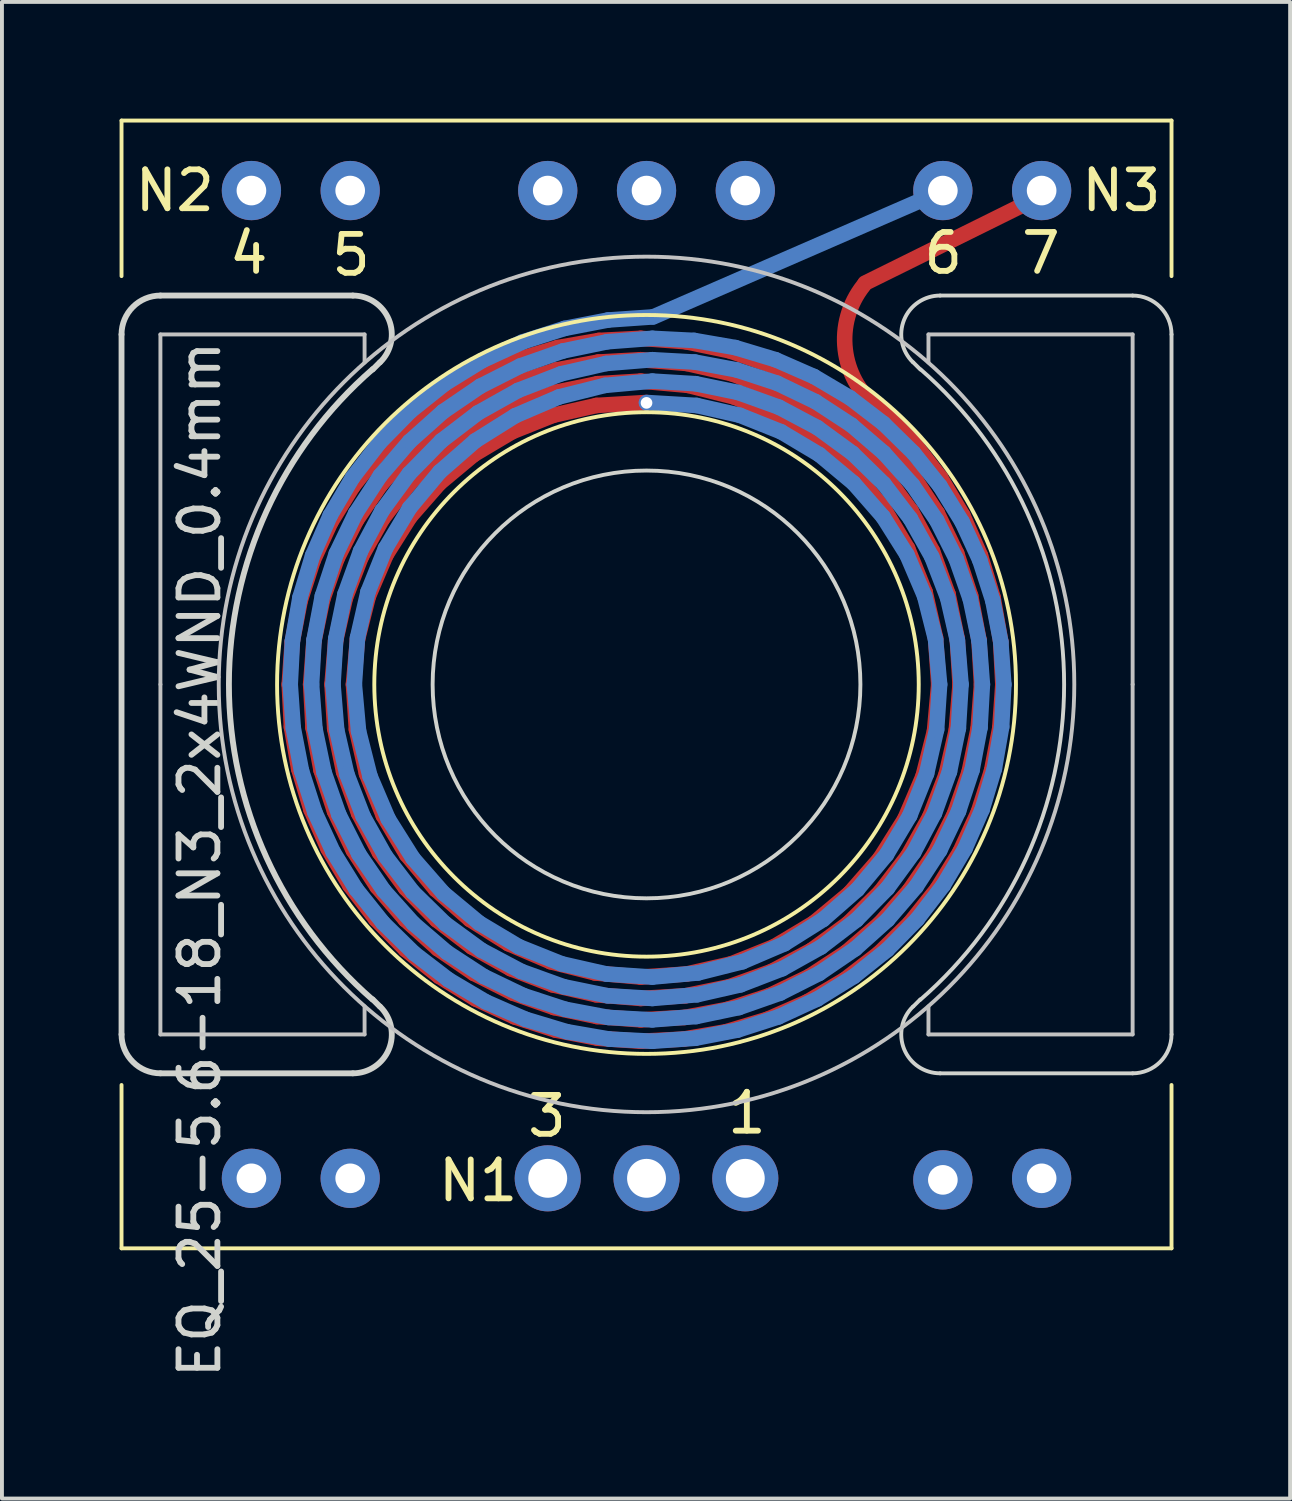
<source format=kicad_pcb>
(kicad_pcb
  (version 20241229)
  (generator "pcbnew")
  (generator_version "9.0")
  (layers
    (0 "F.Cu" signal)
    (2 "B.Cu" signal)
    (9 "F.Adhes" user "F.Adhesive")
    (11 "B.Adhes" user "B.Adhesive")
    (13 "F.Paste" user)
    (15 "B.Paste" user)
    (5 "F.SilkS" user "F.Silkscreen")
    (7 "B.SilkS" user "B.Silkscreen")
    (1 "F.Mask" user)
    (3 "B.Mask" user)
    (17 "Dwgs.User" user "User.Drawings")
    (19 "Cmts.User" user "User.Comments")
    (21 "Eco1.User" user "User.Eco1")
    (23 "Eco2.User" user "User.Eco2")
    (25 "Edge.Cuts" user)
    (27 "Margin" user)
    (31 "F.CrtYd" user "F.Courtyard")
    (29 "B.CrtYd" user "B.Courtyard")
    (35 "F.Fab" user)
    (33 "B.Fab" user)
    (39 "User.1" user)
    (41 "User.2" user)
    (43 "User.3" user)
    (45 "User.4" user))
  (footprint "EQ_25-5.6-18_N3_2x4WND_0.4mm"
    (layer "F.Cu")
    (at 13.575 14.55)
    (property "Reference" "EQ_25-5.6-18_N3_2x4WND_0.4mm" (at -11.49 4.5 90) (layer "Edge.Cuts") (effects (font (size 1 1) (thickness 0.15))))
    (attr through_hole)
    (fp_line (start -9.188 0) (end -9.132 1.091) (stroke (width 0.4) (type solid)) (layer "F.Cu"))
    (fp_line (start -9.132 1.091) (end -8.945 2.168) (stroke (width 0.4) (type solid)) (layer "F.Cu"))
    (fp_line (start -9.111 -1.088) (end -9.188 0) (stroke (width 0.4) (type solid)) (layer "F.Cu"))
    (fp_line (start -8.945 2.168) (end -8.63 3.216) (stroke (width 0.4) (type solid)) (layer "F.Cu"))
    (fp_line (start -8.904 -2.158) (end -9.111 -1.088) (stroke (width 0.4) (type solid)) (layer "F.Cu"))
    (fp_line (start -8.637 0) (end -8.576 1.109) (stroke (width 0.4) (type solid)) (layer "F.Cu"))
    (fp_line (start -8.63 3.216) (end -8.19 4.22) (stroke (width 0.4) (type solid)) (layer "F.Cu"))
    (fp_line (start -8.576 1.109) (end -8.37 2.203) (stroke (width 0.4) (type solid)) (layer "F.Cu"))
    (fp_line (start -8.571 -3.193) (end -8.904 -2.158) (stroke (width 0.4) (type solid)) (layer "F.Cu"))
    (fp_line (start -8.554 -1.106) (end -8.637 0) (stroke (width 0.4) (type solid)) (layer "F.Cu"))
    (fp_line (start -8.37 2.203) (end -8.023 3.261) (stroke (width 0.4) (type solid)) (layer "F.Cu"))
    (fp_line (start -8.326 -2.191) (end -8.554 -1.106) (stroke (width 0.4) (type solid)) (layer "F.Cu"))
    (fp_line (start -8.19 4.22) (end -7.631 5.164) (stroke (width 0.4) (type solid)) (layer "F.Cu"))
    (fp_line (start -8.115 -4.18) (end -8.571 -3.193) (stroke (width 0.4) (type solid)) (layer "F.Cu"))
    (fp_line (start -8.088 0) (end -8.019 1.131) (stroke (width 0.4) (type solid)) (layer "F.Cu"))
    (fp_line (start -8.023 3.261) (end -7.54 4.267) (stroke (width 0.4) (type solid)) (layer "F.Cu"))
    (fp_line (start -8.019 1.131) (end -7.79 2.243) (stroke (width 0.4) (type solid)) (layer "F.Cu"))
    (fp_line (start -7.994 -1.128) (end -8.088 0) (stroke (width 0.4) (type solid)) (layer "F.Cu"))
    (fp_line (start -7.96 -3.235) (end -8.326 -2.191) (stroke (width 0.4) (type solid)) (layer "F.Cu"))
    (fp_line (start -7.79 2.243) (end -7.404 3.313) (stroke (width 0.4) (type solid)) (layer "F.Cu"))
    (fp_line (start -7.742 -2.229) (end -7.994 -1.128) (stroke (width 0.4) (type solid)) (layer "F.Cu"))
    (fp_line (start -7.631 5.164) (end -6.962 6.035) (stroke (width 0.4) (type solid)) (layer "F.Cu"))
    (fp_line (start -7.544 -5.104) (end -8.115 -4.18) (stroke (width 0.4) (type solid)) (layer "F.Cu"))
    (fp_line (start -7.54 4.267) (end -6.929 5.202) (stroke (width 0.4) (type solid)) (layer "F.Cu"))
    (fp_line (start -7.537 0) (end -7.46 1.158) (stroke (width 0.4) (type solid)) (layer "F.Cu"))
    (fp_line (start -7.461 -4.221) (end -7.96 -3.235) (stroke (width 0.4) (type solid)) (layer "F.Cu"))
    (fp_line (start -7.46 1.158) (end -7.202 2.291) (stroke (width 0.4) (type solid)) (layer "F.Cu"))
    (fp_line (start -7.433 -1.154) (end -7.537 0) (stroke (width 0.4) (type solid)) (layer "F.Cu"))
    (fp_line (start -7.404 3.313) (end -6.87 4.318) (stroke (width 0.4) (type solid)) (layer "F.Cu"))
    (fp_line (start -7.336 -3.282) (end -7.742 -2.229) (stroke (width 0.4) (type solid)) (layer "F.Cu"))
    (fp_line (start -7.202 2.291) (end -6.769 3.373) (stroke (width 0.4) (type solid)) (layer "F.Cu"))
    (fp_line (start -7.15 -2.274) (end -7.433 -1.154) (stroke (width 0.4) (type solid)) (layer "F.Cu"))
    (fp_line (start -6.962 6.035) (end -6.192 6.82) (stroke (width 0.4) (type solid)) (layer "F.Cu"))
    (fp_line (start -6.929 5.202) (end -6.2 6.05) (stroke (width 0.4) (type solid)) (layer "F.Cu"))
    (fp_line (start -6.87 4.318) (end -6.196 5.239) (stroke (width 0.4) (type solid)) (layer "F.Cu"))
    (fp_line (start -6.867 -5.951) (end -7.544 -5.104) (stroke (width 0.4) (type solid)) (layer "F.Cu"))
    (fp_line (start -6.838 -5.132) (end -7.461 -4.221) (stroke (width 0.4) (type solid)) (layer "F.Cu"))
    (fp_line (start -6.785 -4.264) (end -7.336 -3.282) (stroke (width 0.4) (type solid)) (layer "F.Cu"))
    (fp_line (start -6.769 3.373) (end -6.171 4.375) (stroke (width 0.4) (type solid)) (layer "F.Cu"))
    (fp_line (start -6.696 -3.335) (end -7.15 -2.274) (stroke (width 0.4) (type solid)) (layer "F.Cu"))
    (fp_line (start -6.2 6.05) (end -5.366 6.797) (stroke (width 0.4) (type solid)) (layer "F.Cu"))
    (fp_line (start -6.196 5.239) (end -5.397 6.055) (stroke (width 0.4) (type solid)) (layer "F.Cu"))
    (fp_line (start -6.192 6.82) (end -5.332 7.507) (stroke (width 0.4) (type solid)) (layer "F.Cu"))
    (fp_line (start -6.171 4.375) (end -5.422 5.272) (stroke (width 0.4) (type solid)) (layer "F.Cu"))
    (fp_line (start -6.103 -5.953) (end -6.838 -5.132) (stroke (width 0.4) (type solid)) (layer "F.Cu"))
    (fp_line (start -6.102 -5.157) (end -6.785 -4.264) (stroke (width 0.4) (type solid)) (layer "F.Cu"))
    (fp_line (start -6.094 -6.709) (end -6.867 -5.951) (stroke (width 0.4) (type solid)) (layer "F.Cu"))
    (fp_line (start -6.082 -4.31) (end -6.696 -3.335) (stroke (width 0.4) (type solid)) (layer "F.Cu"))
    (fp_line (start -5.422 5.272) (end -4.541 6.043) (stroke (width 0.4) (type solid)) (layer "F.Cu"))
    (fp_line (start -5.397 6.055) (end -4.489 6.751) (stroke (width 0.4) (type solid)) (layer "F.Cu"))
    (fp_line (start -5.366 6.797) (end -4.44 7.43) (stroke (width 0.4) (type solid)) (layer "F.Cu"))
    (fp_line (start -5.332 7.507) (end -4.394 8.087) (stroke (width 0.4) (type solid)) (layer "F.Cu"))
    (fp_line (start -5.325 -5.175) (end -6.082 -4.31) (stroke (width 0.4) (type solid)) (layer "F.Cu"))
    (fp_line (start -5.299 -5.942) (end -6.102 -5.157) (stroke (width 0.4) (type solid)) (layer "F.Cu"))
    (fp_line (start -5.268 -6.67) (end -6.103 -5.953) (stroke (width 0.4) (type solid)) (layer "F.Cu"))
    (fp_line (start -5.236 -7.368) (end -6.094 -6.709) (stroke (width 0.4) (type solid)) (layer "F.Cu"))
    (fp_line (start -4.541 6.043) (end -3.548 6.668) (stroke (width 0.4) (type solid)) (layer "F.Cu"))
    (fp_line (start -4.489 6.751) (end -3.489 7.311) (stroke (width 0.4) (type solid)) (layer "F.Cu"))
    (fp_line (start -4.444 -5.91) (end -5.325 -5.175) (stroke (width 0.4) (type solid)) (layer "F.Cu"))
    (fp_line (start -4.44 7.43) (end -3.437 7.937) (stroke (width 0.4) (type solid)) (layer "F.Cu"))
    (fp_line (start -4.394 8.087) (end -3.392 8.549) (stroke (width 0.4) (type solid)) (layer "F.Cu"))
    (fp_line (start -4.394 -6.604) (end -5.299 -5.942) (stroke (width 0.4) (type solid)) (layer "F.Cu"))
    (fp_line (start -4.348 -7.271) (end -5.268 -6.67) (stroke (width 0.4) (type solid)) (layer "F.Cu"))
    (fp_line (start -4.306 -7.918) (end -5.236 -7.368) (stroke (width 0.4) (type solid)) (layer "F.Cu"))
    (fp_line (start -3.548 6.668) (end -2.467 7.131) (stroke (width 0.4) (type solid)) (layer "F.Cu"))
    (fp_line (start -3.489 7.311) (end -2.418 7.724) (stroke (width 0.4) (type solid)) (layer "F.Cu"))
    (fp_line (start -3.46 -6.497) (end -4.444 -5.91) (stroke (width 0.4) (type solid)) (layer "F.Cu"))
    (fp_line (start -3.437 7.937) (end -2.376 8.309) (stroke (width 0.4) (type solid)) (layer "F.Cu"))
    (fp_line (start -3.406 -7.129) (end -4.394 -6.604) (stroke (width 0.4) (type solid)) (layer "F.Cu"))
    (fp_line (start -3.392 8.549) (end -2.341 8.888) (stroke (width 0.4) (type solid)) (layer "F.Cu"))
    (fp_line (start -3.359 -7.746) (end -4.348 -7.271) (stroke (width 0.4) (type solid)) (layer "F.Cu"))
    (fp_line (start -3.317 -8.351) (end -4.306 -7.918) (stroke (width 0.4) (type solid)) (layer "F.Cu"))
    (fp_line (start -2.467 7.131) (end -1.325 7.419) (stroke (width 0.4) (type solid)) (layer "F.Cu"))
    (fp_line (start -2.418 7.724) (end -1.297 7.98) (stroke (width 0.4) (type solid)) (layer "F.Cu"))
    (fp_line (start -2.399 -6.921) (end -3.46 -6.497) (stroke (width 0.4) (type solid)) (layer "F.Cu"))
    (fp_line (start -2.376 8.309) (end -1.274 8.54) (stroke (width 0.4) (type solid)) (layer "F.Cu"))
    (fp_line (start -2.355 -7.508) (end -3.406 -7.129) (stroke (width 0.4) (type solid)) (layer "F.Cu"))
    (fp_line (start -2.341 8.888) (end -1.255 9.098) (stroke (width 0.4) (type solid)) (layer "F.Cu"))
    (fp_line (start -2.317 -8.088) (end -3.359 -7.746) (stroke (width 0.4) (type solid)) (layer "F.Cu"))
    (fp_line (start -2.285 -8.662) (end -3.317 -8.351) (stroke (width 0.4) (type solid)) (layer "F.Cu"))
    (fp_line (start -1.325 7.419) (end -0.15 7.525) (stroke (width 0.4) (type solid)) (layer "F.Cu"))
    (fp_line (start -1.297 7.98) (end -0.15 8.075) (stroke (width 0.4) (type solid)) (layer "F.Cu"))
    (fp_line (start -1.286 -7.174) (end -2.399 -6.921) (stroke (width 0.4) (type solid)) (layer "F.Cu"))
    (fp_line (start -1.274 8.54) (end -0.15 8.625) (stroke (width 0.4) (type solid)) (layer "F.Cu"))
    (fp_line (start -1.262 -7.733) (end -2.355 -7.508) (stroke (width 0.4) (type solid)) (layer "F.Cu"))
    (fp_line (start -1.255 9.098) (end -0.15 9.175) (stroke (width 0.4) (type solid)) (layer "F.Cu"))
    (fp_line (start -1.241 -8.29) (end -2.317 -8.088) (stroke (width 0.4) (type solid)) (layer "F.Cu"))
    (fp_line (start -1.224 -8.846) (end -2.285 -8.662) (stroke (width 0.4) (type solid)) (layer "F.Cu"))
    (fp_line (start -0.15 -8.9) (end -1.224 -8.846) (stroke (width 0.4) (type solid)) (layer "F.Cu"))
    (fp_line (start -0.15 -8.35) (end -1.241 -8.29) (stroke (width 0.4) (type solid)) (layer "F.Cu"))
    (fp_line (start -0.15 -7.8) (end -1.262 -7.733) (stroke (width 0.4) (type solid)) (layer "F.Cu"))
    (fp_line (start -0.15 7.525) (end 1.029 7.446) (stroke (width 0.4) (type solid)) (layer "F.Cu"))
    (fp_line (start -0.15 8.075) (end 1.001 8.005) (stroke (width 0.4) (type solid)) (layer "F.Cu"))
    (fp_line (start -0.15 8.625) (end 0.977 8.563) (stroke (width 0.4) (type solid)) (layer "F.Cu"))
    (fp_line (start -0.15 9.175) (end 0.957 9.119) (stroke (width 0.4) (type solid)) (layer "F.Cu"))
    (fp_line (start 0 -7.25) (end -1.286 -7.174) (stroke (width 0.4) (type solid)) (layer "F.Cu"))
    (fp_line (start 0.957 9.119) (end 2.051 8.929) (stroke (width 0.4) (type solid)) (layer "F.Cu"))
    (fp_line (start 0.977 8.563) (end 2.088 8.353) (stroke (width 0.4) (type solid)) (layer "F.Cu"))
    (fp_line (start 1.001 8.005) (end 2.132 7.772) (stroke (width 0.4) (type solid)) (layer "F.Cu"))
    (fp_line (start 1.01 -8.812) (end -0.15 -8.9) (stroke (width 0.4) (type solid)) (layer "F.Cu"))
    (fp_line (start 1.029 7.446) (end 2.184 7.183) (stroke (width 0.4) (type solid)) (layer "F.Cu"))
    (fp_line (start 1.037 -8.253) (end -0.15 -8.35) (stroke (width 0.4) (type solid)) (layer "F.Cu"))
    (fp_line (start 1.068 -7.69) (end -0.15 -7.8) (stroke (width 0.4) (type solid)) (layer "F.Cu"))
    (fp_line (start 2.051 8.929) (end 3.115 8.608) (stroke (width 0.4) (type solid)) (layer "F.Cu"))
    (fp_line (start 2.088 8.353) (end 3.164 8) (stroke (width 0.4) (type solid)) (layer "F.Cu"))
    (fp_line (start 2.132 7.772) (end 3.22 7.379) (stroke (width 0.4) (type solid)) (layer "F.Cu"))
    (fp_line (start 2.148 -8.575) (end 1.01 -8.812) (stroke (width 0.4) (type solid)) (layer "F.Cu"))
    (fp_line (start 2.184 7.183) (end 3.285 6.742) (stroke (width 0.4) (type solid)) (layer "F.Cu"))
    (fp_line (start 2.195 -7.988) (end 1.037 -8.253) (stroke (width 0.4) (type solid)) (layer "F.Cu"))
    (fp_line (start 2.252 -7.392) (end 1.068 -7.69) (stroke (width 0.4) (type solid)) (layer "F.Cu"))
    (fp_line (start 3.115 8.608) (end 4.133 8.162) (stroke (width 0.4) (type solid)) (layer "F.Cu"))
    (fp_line (start 3.164 8) (end 4.185 7.509) (stroke (width 0.4) (type solid)) (layer "F.Cu"))
    (fp_line (start 3.22 7.379) (end 4.243 6.835) (stroke (width 0.4) (type solid)) (layer "F.Cu"))
    (fp_line (start 3.243 -8.191) (end 2.148 -8.575) (stroke (width 0.4) (type solid)) (layer "F.Cu"))
    (fp_line (start 3.285 6.742) (end 4.305 6.132) (stroke (width 0.4) (type solid)) (layer "F.Cu"))
    (fp_line (start 3.303 -7.561) (end 2.195 -7.988) (stroke (width 0.4) (type solid)) (layer "F.Cu"))
    (fp_line (start 3.372 -6.913) (end 2.252 -7.392) (stroke (width 0.4) (type solid)) (layer "F.Cu"))
    (fp_line (start 4.133 8.162) (end 5.092 7.594) (stroke (width 0.4) (type solid)) (layer "F.Cu"))
    (fp_line (start 4.185 7.509) (end 5.135 6.888) (stroke (width 0.4) (type solid)) (layer "F.Cu"))
    (fp_line (start 4.243 6.835) (end 5.179 6.15) (stroke (width 0.4) (type solid)) (layer "F.Cu"))
    (fp_line (start 4.277 -7.668) (end 3.243 -8.191) (stroke (width 0.4) (type solid)) (layer "F.Cu"))
    (fp_line (start 4.305 6.132) (end 5.22 5.37) (stroke (width 0.4) (type solid)) (layer "F.Cu"))
    (fp_line (start 4.337 -6.982) (end 3.303 -7.561) (stroke (width 0.4) (type solid)) (layer "F.Cu"))
    (fp_line (start 4.402 -6.266) (end 3.372 -6.913) (stroke (width 0.4) (type solid)) (layer "F.Cu"))
    (fp_line (start 5.092 7.594) (end 5.976 6.915) (stroke (width 0.4) (type solid)) (layer "F.Cu"))
    (fp_line (start 5.135 6.888) (end 5.997 6.147) (stroke (width 0.4) (type solid)) (layer "F.Cu"))
    (fp_line (start 5.179 6.15) (end 6.009 5.337) (stroke (width 0.4) (type solid)) (layer "F.Cu"))
    (fp_line (start 5.22 5.37) (end 6.005 4.472) (stroke (width 0.4) (type solid)) (layer "F.Cu"))
    (fp_line (start 5.233 -7.015) (end 4.277 -7.668) (stroke (width 0.4) (type solid)) (layer "F.Cu"))
    (fp_line (start 5.277 -6.263) (end 4.337 -6.982) (stroke (width 0.4) (type solid)) (layer "F.Cu"))
    (fp_line (start 5.317 -5.467) (end 4.402 -6.266) (stroke (width 0.4) (type solid)) (layer "F.Cu"))
    (fp_line (start 5.62 -10.32) (end 9.58 -12.28) (stroke (width 0.4) (type solid)) (layer "F.Cu"))
    (fp_line (start 5.976 6.915) (end 6.773 6.133) (stroke (width 0.4) (type solid)) (layer "F.Cu"))
    (fp_line (start 5.997 6.147) (end 6.756 5.299) (stroke (width 0.4) (type solid)) (layer "F.Cu"))
    (fp_line (start 6.005 4.472) (end 6.641 3.46) (stroke (width 0.4) (type solid)) (layer "F.Cu"))
    (fp_line (start 6.009 5.337) (end 6.717 4.413) (stroke (width 0.4) (type solid)) (layer "F.Cu"))
    (fp_line (start 6.094 -4.536) (end 5.317 -5.467) (stroke (width 0.4) (type solid)) (layer "F.Cu"))
    (fp_line (start 6.095 -6.245) (end 5.233 -7.015) (stroke (width 0.4) (type solid)) (layer "F.Cu"))
    (fp_line (start 6.104 -5.419) (end 5.277 -6.263) (stroke (width 0.4) (type solid)) (layer "F.Cu"))
    (fp_line (start 6.641 3.46) (end 7.111 2.359) (stroke (width 0.4) (type solid)) (layer "F.Cu"))
    (fp_line (start 6.714 -3.497) (end 6.094 -4.536) (stroke (width 0.4) (type solid)) (layer "F.Cu"))
    (fp_line (start 6.717 4.413) (end 7.286 3.396) (stroke (width 0.4) (type solid)) (layer "F.Cu"))
    (fp_line (start 6.756 5.299) (end 7.399 4.358) (stroke (width 0.4) (type solid)) (layer "F.Cu"))
    (fp_line (start 6.773 6.133) (end 7.471 5.26) (stroke (width 0.4) (type solid)) (layer "F.Cu"))
    (fp_line (start 6.801 -4.467) (end 6.104 -5.419) (stroke (width 0.4) (type solid)) (layer "F.Cu"))
    (fp_line (start 6.847 -5.369) (end 6.095 -6.245) (stroke (width 0.4) (type solid)) (layer "F.Cu"))
    (fp_line (start 6.868 -6.217) (end 6.074 -7.026) (stroke (width 0.4) (type solid)) (layer "F.Cu"))
    (fp_line (start 7.111 2.359) (end 7.405 1.197) (stroke (width 0.4) (type solid)) (layer "F.Cu"))
    (fp_line (start 7.164 -2.376) (end 6.714 -3.497) (stroke (width 0.4) (type solid)) (layer "F.Cu"))
    (fp_line (start 7.286 3.396) (end 7.706 2.307) (stroke (width 0.4) (type solid)) (layer "F.Cu"))
    (fp_line (start 7.354 -3.427) (end 6.801 -4.467) (stroke (width 0.4) (type solid)) (layer "F.Cu"))
    (fp_line (start 7.399 4.358) (end 7.914 3.34) (stroke (width 0.4) (type solid)) (layer "F.Cu"))
    (fp_line (start 7.405 1.197) (end 7.513 0) (stroke (width 0.4) (type solid)) (layer "F.Cu"))
    (fp_line (start 7.432 -1.201) (end 7.164 -2.376) (stroke (width 0.4) (type solid)) (layer "F.Cu"))
    (fp_line (start 7.471 5.26) (end 8.058 4.308) (stroke (width 0.4) (type solid)) (layer "F.Cu"))
    (fp_line (start 7.478 -4.404) (end 6.847 -5.369) (stroke (width 0.4) (type solid)) (layer "F.Cu"))
    (fp_line (start 7.513 0) (end 7.432 -1.201) (stroke (width 0.4) (type solid)) (layer "F.Cu"))
    (fp_line (start 7.558 -5.32) (end 6.868 -6.217) (stroke (width 0.4) (type solid)) (layer "F.Cu"))
    (fp_line (start 7.706 2.307) (end 7.967 1.167) (stroke (width 0.4) (type solid)) (layer "F.Cu"))
    (fp_line (start 7.754 -2.321) (end 7.354 -3.427) (stroke (width 0.4) (type solid)) (layer "F.Cu"))
    (fp_line (start 7.914 3.34) (end 8.292 2.262) (stroke (width 0.4) (type solid)) (layer "F.Cu"))
    (fp_line (start 7.967 1.167) (end 8.062 0) (stroke (width 0.4) (type solid)) (layer "F.Cu"))
    (fp_line (start 7.977 -3.366) (end 7.478 -4.404) (stroke (width 0.4) (type solid)) (layer "F.Cu"))
    (fp_line (start 7.991 -1.171) (end 7.754 -2.321) (stroke (width 0.4) (type solid)) (layer "F.Cu"))
    (fp_line (start 8.058 4.308) (end 8.528 3.291) (stroke (width 0.4) (type solid)) (layer "F.Cu"))
    (fp_line (start 8.062 0) (end 7.991 -1.171) (stroke (width 0.4) (type solid)) (layer "F.Cu"))
    (fp_line (start 8.133 -4.347) (end 7.558 -5.32) (stroke (width 0.4) (type solid)) (layer "F.Cu"))
    (fp_line (start 8.292 2.262) (end 8.526 1.142) (stroke (width 0.4) (type solid)) (layer "F.Cu"))
    (fp_line (start 8.336 -2.274) (end 7.977 -3.366) (stroke (width 0.4) (type solid)) (layer "F.Cu"))
    (fp_line (start 8.526 1.142) (end 8.613 0) (stroke (width 0.4) (type solid)) (layer "F.Cu"))
    (fp_line (start 8.528 3.291) (end 8.871 2.224) (stroke (width 0.4) (type solid)) (layer "F.Cu"))
    (fp_line (start 8.549 -1.145) (end 8.336 -2.274) (stroke (width 0.4) (type solid)) (layer "F.Cu"))
    (fp_line (start 8.587 -3.314) (end 8.133 -4.347) (stroke (width 0.4) (type solid)) (layer "F.Cu"))
    (fp_line (start 8.613 0) (end 8.549 -1.145) (stroke (width 0.4) (type solid)) (layer "F.Cu"))
    (fp_line (start 8.871 2.224) (end 9.084 1.121) (stroke (width 0.4) (type solid)) (layer "F.Cu"))
    (fp_line (start 8.912 -2.234) (end 8.587 -3.314) (stroke (width 0.4) (type solid)) (layer "F.Cu"))
    (fp_line (start 9.084 1.121) (end 9.162 0) (stroke (width 0.4) (type solid)) (layer "F.Cu"))
    (fp_line (start 9.105 -1.124) (end 8.912 -2.234) (stroke (width 0.4) (type solid)) (layer "F.Cu"))
    (fp_line (start 9.162 0) (end 9.105 -1.124) (stroke (width 0.4) (type solid)) (layer "F.Cu"))
    (fp_arc (start 5.94 -7.12) (mid 5.109685 -8.615442) (end 5.58 -10.26) (stroke (width 0.4) (type solid)) (layer "F.Cu"))
    (fp_line (start -9.162 0) (end -9.105 -1.124) (stroke (width 0.4) (type solid)) (layer "B.Cu"))
    (fp_line (start -9.105 -1.124) (end -8.912 -2.234) (stroke (width 0.4) (type solid)) (layer "B.Cu"))
    (fp_line (start -9.084 1.121) (end -9.162 0) (stroke (width 0.4) (type solid)) (layer "B.Cu"))
    (fp_line (start -8.912 -2.234) (end -8.587 -3.314) (stroke (width 0.4) (type solid)) (layer "B.Cu"))
    (fp_line (start -8.871 2.224) (end -9.084 1.121) (stroke (width 0.4) (type solid)) (layer "B.Cu"))
    (fp_line (start -8.613 0) (end -8.549 -1.145) (stroke (width 0.4) (type solid)) (layer "B.Cu"))
    (fp_line (start -8.587 -3.314) (end -8.133 -4.347) (stroke (width 0.4) (type solid)) (layer "B.Cu"))
    (fp_line (start -8.549 -1.145) (end -8.336 -2.274) (stroke (width 0.4) (type solid)) (layer "B.Cu"))
    (fp_line (start -8.528 3.291) (end -8.871 2.224) (stroke (width 0.4) (type solid)) (layer "B.Cu"))
    (fp_line (start -8.526 1.142) (end -8.613 0) (stroke (width 0.4) (type solid)) (layer "B.Cu"))
    (fp_line (start -8.336 -2.274) (end -7.977 -3.366) (stroke (width 0.4) (type solid)) (layer "B.Cu"))
    (fp_line (start -8.292 2.262) (end -8.526 1.142) (stroke (width 0.4) (type solid)) (layer "B.Cu"))
    (fp_line (start -8.133 -4.347) (end -7.558 -5.32) (stroke (width 0.4) (type solid)) (layer "B.Cu"))
    (fp_line (start -8.062 0) (end -7.991 -1.171) (stroke (width 0.4) (type solid)) (layer "B.Cu"))
    (fp_line (start -8.058 4.308) (end -8.528 3.291) (stroke (width 0.4) (type solid)) (layer "B.Cu"))
    (fp_line (start -7.991 -1.171) (end -7.754 -2.321) (stroke (width 0.4) (type solid)) (layer "B.Cu"))
    (fp_line (start -7.977 -3.366) (end -7.478 -4.404) (stroke (width 0.4) (type solid)) (layer "B.Cu"))
    (fp_line (start -7.967 1.167) (end -8.062 0) (stroke (width 0.4) (type solid)) (layer "B.Cu"))
    (fp_line (start -7.914 3.34) (end -8.292 2.262) (stroke (width 0.4) (type solid)) (layer "B.Cu"))
    (fp_line (start -7.754 -2.321) (end -7.354 -3.427) (stroke (width 0.4) (type solid)) (layer "B.Cu"))
    (fp_line (start -7.706 2.307) (end -7.967 1.167) (stroke (width 0.4) (type solid)) (layer "B.Cu"))
    (fp_line (start -7.558 -5.32) (end -6.868 -6.217) (stroke (width 0.4) (type solid)) (layer "B.Cu"))
    (fp_line (start -7.513 0) (end -7.432 -1.201) (stroke (width 0.4) (type solid)) (layer "B.Cu"))
    (fp_line (start -7.478 -4.404) (end -6.847 -5.369) (stroke (width 0.4) (type solid)) (layer "B.Cu"))
    (fp_line (start -7.471 5.26) (end -8.058 4.308) (stroke (width 0.4) (type solid)) (layer "B.Cu"))
    (fp_line (start -7.432 -1.201) (end -7.164 -2.376) (stroke (width 0.4) (type solid)) (layer "B.Cu"))
    (fp_line (start -7.405 1.197) (end -7.513 0) (stroke (width 0.4) (type solid)) (layer "B.Cu"))
    (fp_line (start -7.399 4.358) (end -7.914 3.34) (stroke (width 0.4) (type solid)) (layer "B.Cu"))
    (fp_line (start -7.354 -3.427) (end -6.801 -4.467) (stroke (width 0.4) (type solid)) (layer "B.Cu"))
    (fp_line (start -7.286 3.396) (end -7.706 2.307) (stroke (width 0.4) (type solid)) (layer "B.Cu"))
    (fp_line (start -7.164 -2.376) (end -6.714 -3.497) (stroke (width 0.4) (type solid)) (layer "B.Cu"))
    (fp_line (start -7.111 2.359) (end -7.405 1.197) (stroke (width 0.4) (type solid)) (layer "B.Cu"))
    (fp_line (start -6.868 -6.217) (end -6.074 -7.026) (stroke (width 0.4) (type solid)) (layer "B.Cu"))
    (fp_line (start -6.847 -5.369) (end -6.095 -6.245) (stroke (width 0.4) (type solid)) (layer "B.Cu"))
    (fp_line (start -6.801 -4.467) (end -6.104 -5.419) (stroke (width 0.4) (type solid)) (layer "B.Cu"))
    (fp_line (start -6.773 6.133) (end -7.471 5.26) (stroke (width 0.4) (type solid)) (layer "B.Cu"))
    (fp_line (start -6.756 5.299) (end -7.399 4.358) (stroke (width 0.4) (type solid)) (layer "B.Cu"))
    (fp_line (start -6.717 4.413) (end -7.286 3.396) (stroke (width 0.4) (type solid)) (layer "B.Cu"))
    (fp_line (start -6.714 -3.497) (end -6.094 -4.536) (stroke (width 0.4) (type solid)) (layer "B.Cu"))
    (fp_line (start -6.641 3.46) (end -7.111 2.359) (stroke (width 0.4) (type solid)) (layer "B.Cu"))
    (fp_line (start -6.104 -5.419) (end -5.277 -6.263) (stroke (width 0.4) (type solid)) (layer "B.Cu"))
    (fp_line (start -6.095 -6.245) (end -5.233 -7.015) (stroke (width 0.4) (type solid)) (layer "B.Cu"))
    (fp_line (start -6.094 -4.536) (end -5.317 -5.467) (stroke (width 0.4) (type solid)) (layer "B.Cu"))
    (fp_line (start -6.074 -7.026) (end -5.188 -7.734) (stroke (width 0.4) (type solid)) (layer "B.Cu"))
    (fp_line (start -6.009 5.337) (end -6.717 4.413) (stroke (width 0.4) (type solid)) (layer "B.Cu"))
    (fp_line (start -6.005 4.472) (end -6.641 3.46) (stroke (width 0.4) (type solid)) (layer "B.Cu"))
    (fp_line (start -5.997 6.147) (end -6.756 5.299) (stroke (width 0.4) (type solid)) (layer "B.Cu"))
    (fp_line (start -5.976 6.915) (end -6.773 6.133) (stroke (width 0.4) (type solid)) (layer "B.Cu"))
    (fp_line (start -5.317 -5.467) (end -4.402 -6.266) (stroke (width 0.4) (type solid)) (layer "B.Cu"))
    (fp_line (start -5.277 -6.263) (end -4.337 -6.982) (stroke (width 0.4) (type solid)) (layer "B.Cu"))
    (fp_line (start -5.233 -7.015) (end -4.277 -7.668) (stroke (width 0.4) (type solid)) (layer "B.Cu"))
    (fp_line (start -5.22 5.37) (end -6.005 4.472) (stroke (width 0.4) (type solid)) (layer "B.Cu"))
    (fp_line (start -5.188 -7.734) (end -4.222 -8.33) (stroke (width 0.4) (type solid)) (layer "B.Cu"))
    (fp_line (start -5.179 6.15) (end -6.009 5.337) (stroke (width 0.4) (type solid)) (layer "B.Cu"))
    (fp_line (start -5.135 6.888) (end -5.997 6.147) (stroke (width 0.4) (type solid)) (layer "B.Cu"))
    (fp_line (start -5.092 7.594) (end -5.976 6.915) (stroke (width 0.4) (type solid)) (layer "B.Cu"))
    (fp_line (start -4.402 -6.266) (end -3.372 -6.913) (stroke (width 0.4) (type solid)) (layer "B.Cu"))
    (fp_line (start -4.337 -6.982) (end -3.303 -7.561) (stroke (width 0.4) (type solid)) (layer "B.Cu"))
    (fp_line (start -4.305 6.132) (end -5.22 5.37) (stroke (width 0.4) (type solid)) (layer "B.Cu"))
    (fp_line (start -4.277 -7.668) (end -3.243 -8.191) (stroke (width 0.4) (type solid)) (layer "B.Cu"))
    (fp_line (start -4.243 6.835) (end -5.179 6.15) (stroke (width 0.4) (type solid)) (layer "B.Cu"))
    (fp_line (start -4.222 -8.33) (end -3.19 -8.806) (stroke (width 0.4) (type solid)) (layer "B.Cu"))
    (fp_line (start -4.185 7.509) (end -5.135 6.888) (stroke (width 0.4) (type solid)) (layer "B.Cu"))
    (fp_line (start -4.133 8.162) (end -5.092 7.594) (stroke (width 0.4) (type solid)) (layer "B.Cu"))
    (fp_line (start -3.372 -6.913) (end -2.252 -7.392) (stroke (width 0.4) (type solid)) (layer "B.Cu"))
    (fp_line (start -3.303 -7.561) (end -2.195 -7.988) (stroke (width 0.4) (type solid)) (layer "B.Cu"))
    (fp_line (start -3.285 6.742) (end -4.305 6.132) (stroke (width 0.4) (type solid)) (layer "B.Cu"))
    (fp_line (start -3.243 -8.191) (end -2.148 -8.575) (stroke (width 0.4) (type solid)) (layer "B.Cu"))
    (fp_line (start -3.22 7.379) (end -4.243 6.835) (stroke (width 0.4) (type solid)) (layer "B.Cu"))
    (fp_line (start -3.19 -8.806) (end -2.106 -9.155) (stroke (width 0.4) (type solid)) (layer "B.Cu"))
    (fp_line (start -3.164 8) (end -4.185 7.509) (stroke (width 0.4) (type solid)) (layer "B.Cu"))
    (fp_line (start -3.115 8.608) (end -4.133 8.162) (stroke (width 0.4) (type solid)) (layer "B.Cu"))
    (fp_line (start -2.252 -7.392) (end -1.068 -7.69) (stroke (width 0.4) (type solid)) (layer "B.Cu"))
    (fp_line (start -2.195 -7.988) (end -1.037 -8.253) (stroke (width 0.4) (type solid)) (layer "B.Cu"))
    (fp_line (start -2.184 7.183) (end -3.285 6.742) (stroke (width 0.4) (type solid)) (layer "B.Cu"))
    (fp_line (start -2.148 -8.575) (end -1.01 -8.812) (stroke (width 0.4) (type solid)) (layer "B.Cu"))
    (fp_line (start -2.132 7.772) (end -3.22 7.379) (stroke (width 0.4) (type solid)) (layer "B.Cu"))
    (fp_line (start -2.106 -9.155) (end -0.988 -9.371) (stroke (width 0.4) (type solid)) (layer "B.Cu"))
    (fp_line (start -2.088 8.353) (end -3.164 8) (stroke (width 0.4) (type solid)) (layer "B.Cu"))
    (fp_line (start -2.051 8.929) (end -3.115 8.608) (stroke (width 0.4) (type solid)) (layer "B.Cu"))
    (fp_line (start -1.068 -7.69) (end 0.15 -7.8) (stroke (width 0.4) (type solid)) (layer "B.Cu"))
    (fp_line (start -1.037 -8.253) (end 0.15 -8.35) (stroke (width 0.4) (type solid)) (layer "B.Cu"))
    (fp_line (start -1.029 7.446) (end -2.184 7.183) (stroke (width 0.4) (type solid)) (layer "B.Cu"))
    (fp_line (start -1.01 -8.812) (end 0.15 -8.9) (stroke (width 0.4) (type solid)) (layer "B.Cu"))
    (fp_line (start -1.001 8.005) (end -2.132 7.772) (stroke (width 0.4) (type solid)) (layer "B.Cu"))
    (fp_line (start -0.988 -9.371) (end 0.15 -9.45) (stroke (width 0.4) (type solid)) (layer "B.Cu"))
    (fp_line (start -0.977 8.563) (end -2.088 8.353) (stroke (width 0.4) (type solid)) (layer "B.Cu"))
    (fp_line (start -0.957 9.119) (end -2.051 8.929) (stroke (width 0.4) (type solid)) (layer "B.Cu"))
    (fp_line (start 0 -7.25) (end 1.286 -7.174) (stroke (width 0.4) (type solid)) (layer "B.Cu"))
    (fp_line (start 0.15 -8.9) (end 1.224 -8.846) (stroke (width 0.4) (type solid)) (layer "B.Cu"))
    (fp_line (start 0.15 -8.35) (end 1.241 -8.29) (stroke (width 0.4) (type solid)) (layer "B.Cu"))
    (fp_line (start 0.15 -7.8) (end 1.262 -7.733) (stroke (width 0.4) (type solid)) (layer "B.Cu"))
    (fp_line (start 0.15 7.525) (end -1.029 7.446) (stroke (width 0.4) (type solid)) (layer "B.Cu"))
    (fp_line (start 0.15 8.075) (end -1.001 8.005) (stroke (width 0.4) (type solid)) (layer "B.Cu"))
    (fp_line (start 0.15 8.625) (end -0.977 8.563) (stroke (width 0.4) (type solid)) (layer "B.Cu"))
    (fp_line (start 0.15 9.175) (end -0.957 9.119) (stroke (width 0.4) (type solid)) (layer "B.Cu"))
    (fp_line (start 0.17 -9.45) (end 6.97 -12.41) (stroke (width 0.4) (type solid)) (layer "B.Cu"))
    (fp_line (start 1.224 -8.846) (end 2.285 -8.662) (stroke (width 0.4) (type solid)) (layer "B.Cu"))
    (fp_line (start 1.241 -8.29) (end 2.317 -8.088) (stroke (width 0.4) (type solid)) (layer "B.Cu"))
    (fp_line (start 1.255 9.098) (end 0.15 9.175) (stroke (width 0.4) (type solid)) (layer "B.Cu"))
    (fp_line (start 1.262 -7.733) (end 2.355 -7.508) (stroke (width 0.4) (type solid)) (layer "B.Cu"))
    (fp_line (start 1.274 8.54) (end 0.15 8.625) (stroke (width 0.4) (type solid)) (layer "B.Cu"))
    (fp_line (start 1.286 -7.174) (end 2.399 -6.921) (stroke (width 0.4) (type solid)) (layer "B.Cu"))
    (fp_line (start 1.297 7.98) (end 0.15 8.075) (stroke (width 0.4) (type solid)) (layer "B.Cu"))
    (fp_line (start 1.325 7.419) (end 0.15 7.525) (stroke (width 0.4) (type solid)) (layer "B.Cu"))
    (fp_line (start 2.285 -8.662) (end 3.317 -8.351) (stroke (width 0.4) (type solid)) (layer "B.Cu"))
    (fp_line (start 2.317 -8.088) (end 3.359 -7.746) (stroke (width 0.4) (type solid)) (layer "B.Cu"))
    (fp_line (start 2.341 8.888) (end 1.255 9.098) (stroke (width 0.4) (type solid)) (layer "B.Cu"))
    (fp_line (start 2.355 -7.508) (end 3.406 -7.129) (stroke (width 0.4) (type solid)) (layer "B.Cu"))
    (fp_line (start 2.376 8.309) (end 1.274 8.54) (stroke (width 0.4) (type solid)) (layer "B.Cu"))
    (fp_line (start 2.399 -6.921) (end 3.46 -6.497) (stroke (width 0.4) (type solid)) (layer "B.Cu"))
    (fp_line (start 2.418 7.724) (end 1.297 7.98) (stroke (width 0.4) (type solid)) (layer "B.Cu"))
    (fp_line (start 2.467 7.131) (end 1.325 7.419) (stroke (width 0.4) (type solid)) (layer "B.Cu"))
    (fp_line (start 3.317 -8.351) (end 4.306 -7.918) (stroke (width 0.4) (type solid)) (layer "B.Cu"))
    (fp_line (start 3.359 -7.746) (end 4.348 -7.271) (stroke (width 0.4) (type solid)) (layer "B.Cu"))
    (fp_line (start 3.392 8.549) (end 2.341 8.888) (stroke (width 0.4) (type solid)) (layer "B.Cu"))
    (fp_line (start 3.406 -7.129) (end 4.394 -6.604) (stroke (width 0.4) (type solid)) (layer "B.Cu"))
    (fp_line (start 3.437 7.937) (end 2.376 8.309) (stroke (width 0.4) (type solid)) (layer "B.Cu"))
    (fp_line (start 3.46 -6.497) (end 4.444 -5.91) (stroke (width 0.4) (type solid)) (layer "B.Cu"))
    (fp_line (start 3.489 7.311) (end 2.418 7.724) (stroke (width 0.4) (type solid)) (layer "B.Cu"))
    (fp_line (start 3.548 6.668) (end 2.467 7.131) (stroke (width 0.4) (type solid)) (layer "B.Cu"))
    (fp_line (start 4.306 -7.918) (end 5.236 -7.368) (stroke (width 0.4) (type solid)) (layer "B.Cu"))
    (fp_line (start 4.348 -7.271) (end 5.268 -6.67) (stroke (width 0.4) (type solid)) (layer "B.Cu"))
    (fp_line (start 4.394 -6.604) (end 5.299 -5.942) (stroke (width 0.4) (type solid)) (layer "B.Cu"))
    (fp_line (start 4.394 8.087) (end 3.392 8.549) (stroke (width 0.4) (type solid)) (layer "B.Cu"))
    (fp_line (start 4.44 7.43) (end 3.437 7.937) (stroke (width 0.4) (type solid)) (layer "B.Cu"))
    (fp_line (start 4.444 -5.91) (end 5.325 -5.175) (stroke (width 0.4) (type solid)) (layer "B.Cu"))
    (fp_line (start 4.489 6.751) (end 3.489 7.311) (stroke (width 0.4) (type solid)) (layer "B.Cu"))
    (fp_line (start 4.541 6.043) (end 3.548 6.668) (stroke (width 0.4) (type solid)) (layer "B.Cu"))
    (fp_line (start 5.236 -7.368) (end 6.094 -6.709) (stroke (width 0.4) (type solid)) (layer "B.Cu"))
    (fp_line (start 5.268 -6.67) (end 6.103 -5.953) (stroke (width 0.4) (type solid)) (layer "B.Cu"))
    (fp_line (start 5.299 -5.942) (end 6.102 -5.157) (stroke (width 0.4) (type solid)) (layer "B.Cu"))
    (fp_line (start 5.325 -5.175) (end 6.082 -4.31) (stroke (width 0.4) (type solid)) (layer "B.Cu"))
    (fp_line (start 5.332 7.507) (end 4.394 8.087) (stroke (width 0.4) (type solid)) (layer "B.Cu"))
    (fp_line (start 5.366 6.797) (end 4.44 7.43) (stroke (width 0.4) (type solid)) (layer "B.Cu"))
    (fp_line (start 5.397 6.055) (end 4.489 6.751) (stroke (width 0.4) (type solid)) (layer "B.Cu"))
    (fp_line (start 5.422 5.272) (end 4.541 6.043) (stroke (width 0.4) (type solid)) (layer "B.Cu"))
    (fp_line (start 6.082 -4.31) (end 6.696 -3.335) (stroke (width 0.4) (type solid)) (layer "B.Cu"))
    (fp_line (start 6.094 -6.709) (end 6.867 -5.951) (stroke (width 0.4) (type solid)) (layer "B.Cu"))
    (fp_line (start 6.102 -5.157) (end 6.785 -4.264) (stroke (width 0.4) (type solid)) (layer "B.Cu"))
    (fp_line (start 6.103 -5.953) (end 6.838 -5.132) (stroke (width 0.4) (type solid)) (layer "B.Cu"))
    (fp_line (start 6.171 4.375) (end 5.422 5.272) (stroke (width 0.4) (type solid)) (layer "B.Cu"))
    (fp_line (start 6.192 6.82) (end 5.332 7.507) (stroke (width 0.4) (type solid)) (layer "B.Cu"))
    (fp_line (start 6.196 5.239) (end 5.397 6.055) (stroke (width 0.4) (type solid)) (layer "B.Cu"))
    (fp_line (start 6.2 6.05) (end 5.366 6.797) (stroke (width 0.4) (type solid)) (layer "B.Cu"))
    (fp_line (start 6.696 -3.335) (end 7.15 -2.274) (stroke (width 0.4) (type solid)) (layer "B.Cu"))
    (fp_line (start 6.769 3.373) (end 6.171 4.375) (stroke (width 0.4) (type solid)) (layer "B.Cu"))
    (fp_line (start 6.785 -4.264) (end 7.336 -3.282) (stroke (width 0.4) (type solid)) (layer "B.Cu"))
    (fp_line (start 6.838 -5.132) (end 7.461 -4.221) (stroke (width 0.4) (type solid)) (layer "B.Cu"))
    (fp_line (start 6.867 -5.951) (end 7.544 -5.104) (stroke (width 0.4) (type solid)) (layer "B.Cu"))
    (fp_line (start 6.87 4.318) (end 6.196 5.239) (stroke (width 0.4) (type solid)) (layer "B.Cu"))
    (fp_line (start 6.929 5.202) (end 6.2 6.05) (stroke (width 0.4) (type solid)) (layer "B.Cu"))
    (fp_line (start 6.962 6.035) (end 6.192 6.82) (stroke (width 0.4) (type solid)) (layer "B.Cu"))
    (fp_line (start 7.15 -2.274) (end 7.433 -1.154) (stroke (width 0.4) (type solid)) (layer "B.Cu"))
    (fp_line (start 7.202 2.291) (end 6.769 3.373) (stroke (width 0.4) (type solid)) (layer "B.Cu"))
    (fp_line (start 7.336 -3.282) (end 7.742 -2.229) (stroke (width 0.4) (type solid)) (layer "B.Cu"))
    (fp_line (start 7.404 3.313) (end 6.87 4.318) (stroke (width 0.4) (type solid)) (layer "B.Cu"))
    (fp_line (start 7.433 -1.154) (end 7.537 0) (stroke (width 0.4) (type solid)) (layer "B.Cu"))
    (fp_line (start 7.46 1.158) (end 7.202 2.291) (stroke (width 0.4) (type solid)) (layer "B.Cu"))
    (fp_line (start 7.461 -4.221) (end 7.96 -3.235) (stroke (width 0.4) (type solid)) (layer "B.Cu"))
    (fp_line (start 7.537 0) (end 7.46 1.158) (stroke (width 0.4) (type solid)) (layer "B.Cu"))
    (fp_line (start 7.54 4.267) (end 6.929 5.202) (stroke (width 0.4) (type solid)) (layer "B.Cu"))
    (fp_line (start 7.544 -5.104) (end 8.115 -4.18) (stroke (width 0.4) (type solid)) (layer "B.Cu"))
    (fp_line (start 7.631 5.164) (end 6.962 6.035) (stroke (width 0.4) (type solid)) (layer "B.Cu"))
    (fp_line (start 7.742 -2.229) (end 7.994 -1.128) (stroke (width 0.4) (type solid)) (layer "B.Cu"))
    (fp_line (start 7.79 2.243) (end 7.404 3.313) (stroke (width 0.4) (type solid)) (layer "B.Cu"))
    (fp_line (start 7.96 -3.235) (end 8.326 -2.191) (stroke (width 0.4) (type solid)) (layer "B.Cu"))
    (fp_line (start 7.994 -1.128) (end 8.088 0) (stroke (width 0.4) (type solid)) (layer "B.Cu"))
    (fp_line (start 8.019 1.131) (end 7.79 2.243) (stroke (width 0.4) (type solid)) (layer "B.Cu"))
    (fp_line (start 8.023 3.261) (end 7.54 4.267) (stroke (width 0.4) (type solid)) (layer "B.Cu"))
    (fp_line (start 8.088 0) (end 8.019 1.131) (stroke (width 0.4) (type solid)) (layer "B.Cu"))
    (fp_line (start 8.115 -4.18) (end 8.571 -3.193) (stroke (width 0.4) (type solid)) (layer "B.Cu"))
    (fp_line (start 8.19 4.22) (end 7.631 5.164) (stroke (width 0.4) (type solid)) (layer "B.Cu"))
    (fp_line (start 8.326 -2.191) (end 8.554 -1.106) (stroke (width 0.4) (type solid)) (layer "B.Cu"))
    (fp_line (start 8.37 2.203) (end 8.023 3.261) (stroke (width 0.4) (type solid)) (layer "B.Cu"))
    (fp_line (start 8.554 -1.106) (end 8.637 0) (stroke (width 0.4) (type solid)) (layer "B.Cu"))
    (fp_line (start 8.571 -3.193) (end 8.904 -2.158) (stroke (width 0.4) (type solid)) (layer "B.Cu"))
    (fp_line (start 8.576 1.109) (end 8.37 2.203) (stroke (width 0.4) (type solid)) (layer "B.Cu"))
    (fp_line (start 8.63 3.216) (end 8.19 4.22) (stroke (width 0.4) (type solid)) (layer "B.Cu"))
    (fp_line (start 8.637 0) (end 8.576 1.109) (stroke (width 0.4) (type solid)) (layer "B.Cu"))
    (fp_line (start 8.904 -2.158) (end 9.111 -1.088) (stroke (width 0.4) (type solid)) (layer "B.Cu"))
    (fp_line (start 8.945 2.168) (end 8.63 3.216) (stroke (width 0.4) (type solid)) (layer "B.Cu"))
    (fp_line (start 9.111 -1.088) (end 9.188 0) (stroke (width 0.4) (type solid)) (layer "B.Cu"))
    (fp_line (start 9.132 1.091) (end 8.945 2.168) (stroke (width 0.4) (type solid)) (layer "B.Cu"))
    (fp_line (start 9.188 0) (end 9.132 1.091) (stroke (width 0.4) (type solid)) (layer "B.Cu"))
    (fp_line (start -13.5 -14.5) (end 13.5 -14.5) (stroke (width 0.1) (type solid)) (layer "F.SilkS"))
    (fp_line (start -13.5 -10.5) (end -13.5 -14.5) (stroke (width 0.1) (type solid)) (layer "F.SilkS"))
    (fp_line (start -13.5 14.5) (end -13.5 10.3) (stroke (width 0.1) (type solid)) (layer "F.SilkS"))
    (fp_line (start 13.5 -14.5) (end 13.5 -10.5) (stroke (width 0.1) (type solid)) (layer "F.SilkS"))
    (fp_line (start 13.5 10.3) (end 13.5 14.5) (stroke (width 0.1) (type solid)) (layer "F.SilkS"))
    (fp_line (start 13.5 14.5) (end -13.5 14.5) (stroke (width 0.1) (type solid)) (layer "F.SilkS"))
    (fp_circle (center 0 0) (end 0 -9.5) (stroke (width 0.1) (type solid)) (fill no) (layer "F.SilkS"))
    (fp_circle (center 0 0) (end 0 7) (stroke (width 0.1) (type solid)) (fill no) (layer "F.SilkS"))
    (fp_line (start -12.5 -9) (end -12.5 0) (stroke (width 0.1) (type solid)) (layer "Dwgs.User"))
    (fp_line (start -12.5 -9) (end -7.25 -9) (stroke (width 0.1) (type solid)) (layer "Dwgs.User"))
    (fp_line (start -12.5 0) (end -12.5 9) (stroke (width 0.1) (type solid)) (layer "Dwgs.User"))
    (fp_line (start -12.5 9) (end -7.25 9) (stroke (width 0.1) (type solid)) (layer "Dwgs.User"))
    (fp_line (start -7.25 -9) (end -7.25 -8.28) (stroke (width 0.1) (type solid)) (layer "Dwgs.User"))
    (fp_line (start -7.25 9) (end -7.25 8.28) (stroke (width 0.1) (type solid)) (layer "Dwgs.User"))
    (fp_line (start 7.25 -9) (end 7.25 -8.28) (stroke (width 0.1) (type solid)) (layer "Dwgs.User"))
    (fp_line (start 7.25 -9) (end 12.5 -9) (stroke (width 0.1) (type solid)) (layer "Dwgs.User"))
    (fp_line (start 7.25 9) (end 7.25 8.28) (stroke (width 0.1) (type solid)) (layer "Dwgs.User"))
    (fp_line (start 12.5 -9) (end 12.5 0) (stroke (width 0.1) (type solid)) (layer "Dwgs.User"))
    (fp_line (start 12.5 9) (end 7.25 9) (stroke (width 0.1) (type solid)) (layer "Dwgs.User"))
    (fp_line (start 12.5 9) (end 12.5 0) (stroke (width 0.1) (type solid)) (layer "Dwgs.User"))
    (fp_circle (center 0 0) (end 0 -11) (stroke (width 0.1) (type solid)) (fill no) (layer "Dwgs.User"))
    (fp_line (start -13.5 9) (end -13.5 -9) (stroke (width 0.15) (type solid)) (layer "Edge.Cuts"))
    (fp_line (start -7.55 -10) (end -12.5 -10) (stroke (width 0.15) (type solid)) (layer "Edge.Cuts"))
    (fp_line (start -7.55 10) (end -12.5 10) (stroke (width 0.15) (type solid)) (layer "Edge.Cuts"))
    (fp_line (start -7.04 -8.1) (end -6.86 -8.28) (stroke (width 0.15) (type solid)) (layer "Edge.Cuts"))
    (fp_line (start -7.04 8.1) (end -6.86 8.28) (stroke (width 0.15) (type solid)) (layer "Edge.Cuts"))
    (fp_line (start 7.04 -8.1) (end 6.86 -8.28) (stroke (width 0.1) (type solid)) (layer "Edge.Cuts"))
    (fp_line (start 7.04 8.1) (end 6.86 8.28) (stroke (width 0.1) (type solid)) (layer "Edge.Cuts"))
    (fp_line (start 7.55 -10) (end 12.5 -10) (stroke (width 0.1) (type solid)) (layer "Edge.Cuts"))
    (fp_line (start 12.5 10) (end 7.55 10) (stroke (width 0.1) (type solid)) (layer "Edge.Cuts"))
    (fp_line (start 13.5 -9) (end 13.5 9) (stroke (width 0.1) (type solid)) (layer "Edge.Cuts"))
    (fp_arc (start -13.5 -9) (mid -13.207107 -9.707107) (end -12.5 -10) (stroke (width 0.15) (type solid)) (layer "Edge.Cuts"))
    (fp_arc (start -12.5 10) (mid -13.207107 9.707107) (end -13.5 9) (stroke (width 0.15) (type solid)) (layer "Edge.Cuts"))
    (fp_arc (start -7.55 -10) (mid -6.62446 -9.378649) (end -6.849091 -8.28675) (stroke (width 0.15) (type solid)) (layer "Edge.Cuts"))
    (fp_arc (start -7.05 8.1) (mid -10.738364 -0.006624) (end -7.040001 -8.108692) (stroke (width 0.15) (type solid)) (layer "Edge.Cuts"))
    (fp_arc (start -6.849091 8.28675) (mid -6.62446 9.378648) (end -7.55 10) (stroke (width 0.15) (type solid)) (layer "Edge.Cuts"))
    (fp_arc (start 6.849091 -8.28675) (mid 6.62446 -9.378648) (end 7.55 -10) (stroke (width 0.1) (type solid)) (layer "Edge.Cuts"))
    (fp_arc (start 7.05 -8.1) (mid 10.738364 0.006624) (end 7.040001 8.108692) (stroke (width 0.1) (type solid)) (layer "Edge.Cuts"))
    (fp_arc (start 7.55 10) (mid 6.62446 9.378649) (end 6.849091 8.28675) (stroke (width 0.1) (type solid)) (layer "Edge.Cuts"))
    (fp_arc (start 12.5 -10) (mid 13.207107 -9.707107) (end 13.5 -9) (stroke (width 0.1) (type solid)) (layer "Edge.Cuts"))
    (fp_arc (start 13.5 9) (mid 13.207107 9.707107) (end 12.5 10) (stroke (width 0.1) (type solid)) (layer "Edge.Cuts"))
    (fp_circle (center 0 0) (end 0 5.5) (stroke (width 0.1) (type solid)) (fill no) (layer "Edge.Cuts"))
    (fp_text user "1" (at 2.58 11.02 0) (layer "F.SilkS") (effects (font (size 1 1) (thickness 0.15))))
    (fp_text user "3" (at -2.56 11.1 0) (layer "F.SilkS") (effects (font (size 1 1) (thickness 0.15))))
    (fp_text user "7" (at 10.14 -11.09 0) (layer "F.SilkS") (effects (font (size 1 1) (thickness 0.15))))
    (fp_text user "N1" (at -4.33 12.76 0) (layer "F.SilkS") (effects (font (size 1 1) (thickness 0.15))))
    (fp_text user "N2" (at -12.13 -12.7 0) (layer "F.SilkS") (effects (font (size 1 1) (thickness 0.15))))
    (fp_text user "4" (at -10.23 -11.09 0) (layer "F.SilkS") (effects (font (size 1 1) (thickness 0.15))))
    (fp_text user "5" (at -7.6 -11.04 0) (layer "F.SilkS") (effects (font (size 1 1) (thickness 0.15))))
    (fp_text user "N3" (at 12.21 -12.7 0) (layer "F.SilkS") (effects (font (size 1 1) (thickness 0.15))))
    (fp_text user "6" (at 7.63 -11.09 0) (layer "F.SilkS") (effects (font (size 1 1) (thickness 0.15))))
    (pad "" thru_hole circle (at 0 -7.24) (size 0.4 0.4) (drill 0.3) (layers "*.Cu"))
    (pad "1" thru_hole circle (at 2.54 12.7) (size 1.7 1.7) (drill 1) (layers "*.Cu" "*.Mask"))
    (pad "2" thru_hole circle (at 0 12.7) (size 1.7 1.7) (drill 1) (layers "*.Cu" "*.Mask"))
    (pad "3" thru_hole circle (at -2.54 12.7) (size 1.7 1.7) (drill 1) (layers "*.Cu" "*.Mask"))
    (pad "4" thru_hole circle (at -10.16 -12.7) (size 1.524 1.524) (drill 0.762) (layers "*.Cu" "*.Mask"))
    (pad "5" thru_hole circle (at -7.62 -12.7) (size 1.524 1.524) (drill 0.762) (layers "*.Cu" "*.Mask"))
    (pad "6" thru_hole circle (at 7.62 -12.7) (size 1.524 1.524) (drill 0.762) (layers "*.Cu" "*.Mask"))
    (pad "7" thru_hole circle (at 10.16 -12.7) (size 1.524 1.524) (drill 0.762) (layers "*.Cu" "*.Mask"))
    (pad "8" thru_hole circle (at 10.16 12.7) (size 1.524 1.524) (drill 0.762) (layers "*.Cu" "*.Mask"))
    (pad "9" thru_hole circle (at 7.62 12.74) (size 1.524 1.524) (drill 0.762) (layers "*.Cu" "*.Mask"))
    (pad "10" thru_hole circle (at -7.62 12.7) (size 1.524 1.524) (drill 0.762) (layers "*.Cu" "*.Mask"))
    (pad "11" thru_hole circle (at -10.16 12.7) (size 1.524 1.524) (drill 0.762) (layers "*.Cu" "*.Mask"))
    (pad "12" thru_hole circle (at -2.54 -12.7) (size 1.524 1.524) (drill 0.762) (layers "*.Cu" "*.Mask"))
    (pad "13" thru_hole circle (at 0 -12.7) (size 1.524 1.524) (drill 0.762) (layers "*.Cu" "*.Mask"))
    (pad "14" thru_hole circle (at 2.54 -12.7) (size 1.524 1.524) (drill 0.762) (layers "*.Cu" "*.Mask")))
  (gr_rect
    (start -3 -3)
    (end 30.125 35.485)
    (stroke (width 0.1) (type default))
    (fill no)
    (layer "Edge.Cuts")))
</source>
